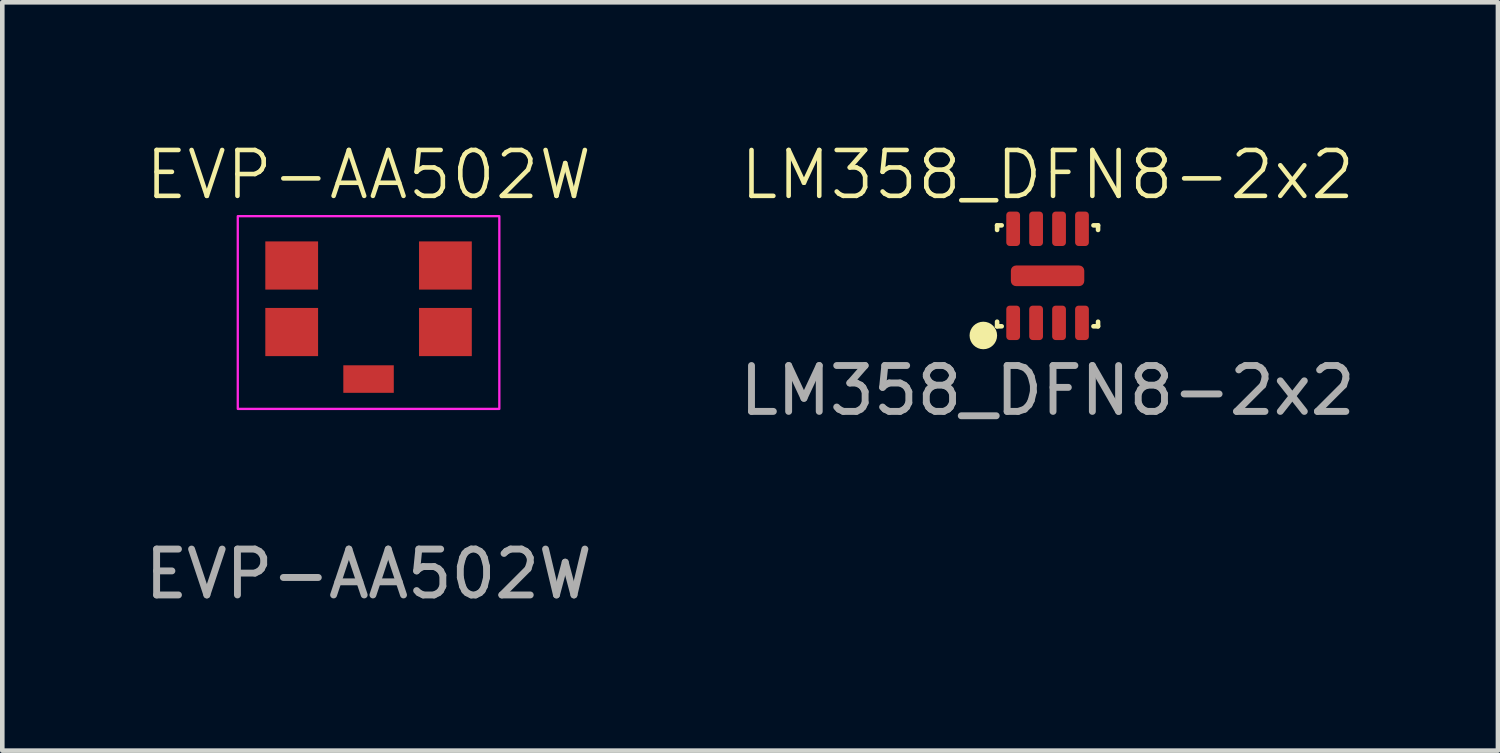
<source format=kicad_pcb>
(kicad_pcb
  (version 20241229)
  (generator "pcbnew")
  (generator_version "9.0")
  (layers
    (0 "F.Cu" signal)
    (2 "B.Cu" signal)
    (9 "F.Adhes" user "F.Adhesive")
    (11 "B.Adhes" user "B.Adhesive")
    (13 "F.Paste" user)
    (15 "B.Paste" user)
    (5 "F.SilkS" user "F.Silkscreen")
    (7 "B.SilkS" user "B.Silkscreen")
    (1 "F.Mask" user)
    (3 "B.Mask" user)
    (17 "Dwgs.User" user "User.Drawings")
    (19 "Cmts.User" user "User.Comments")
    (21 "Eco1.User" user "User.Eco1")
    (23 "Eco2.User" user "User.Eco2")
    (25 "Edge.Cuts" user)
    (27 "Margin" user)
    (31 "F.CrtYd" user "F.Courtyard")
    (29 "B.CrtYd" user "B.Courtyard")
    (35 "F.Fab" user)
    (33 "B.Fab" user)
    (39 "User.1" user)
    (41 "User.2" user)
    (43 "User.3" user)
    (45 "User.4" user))
  (footprint "LM358_DFN8-2x2"
    (layer "F.Cu")
    (at 19.78 2.961)
    (property "Reference" "LM358_DFN8-2x2" (at 0 -2.2 0) (unlocked yes) (layer "F.SilkS") (effects (font (size 1 1) (thickness 0.1))))
    (attr smd)
    (fp_line (start -1.1 -1.1) (end -1.1 -1) (stroke (width 0.1) (type default)) (layer "F.SilkS"))
    (fp_line (start -1.1 -1.1) (end -1 -1.1) (stroke (width 0.1) (type default)) (layer "F.SilkS"))
    (fp_line (start -1.1 1.1) (end -1.1 1) (stroke (width 0.1) (type default)) (layer "F.SilkS"))
    (fp_line (start -1.1 1.1) (end -1 1.1) (stroke (width 0.1) (type default)) (layer "F.SilkS"))
    (fp_line (start 1.1 -1.1) (end 1 -1.1) (stroke (width 0.1) (type default)) (layer "F.SilkS"))
    (fp_line (start 1.1 -1.1) (end 1.1 -1) (stroke (width 0.1) (type default)) (layer "F.SilkS"))
    (fp_line (start 1.1 1.1) (end 1 1.1) (stroke (width 0.1) (type default)) (layer "F.SilkS"))
    (fp_line (start 1.1 1.1) (end 1.1 1) (stroke (width 0.1) (type default)) (layer "F.SilkS"))
    (fp_circle (center -1.4 1.3) (end -1.4 1.3) (stroke (width 0.3) (type default)) (fill no) (layer "F.SilkS"))
    (fp_text user "${REFERENCE}" (at 0 2.5 0) (unlocked yes) (layer "F.Fab") (effects (font (size 1 1) (thickness 0.15))))
    (pad "1" smd roundrect (at -0.75 1.025) (size 0.3 0.75) (layers "F.Cu" "F.Mask" "F.Paste") (roundrect_rratio 0.25))
    (pad "2" smd roundrect (at -0.25 1.025) (size 0.3 0.75) (layers "F.Cu" "F.Mask" "F.Paste") (roundrect_rratio 0.25))
    (pad "3" smd roundrect (at 0.25 1.025) (size 0.3 0.75) (layers "F.Cu" "F.Mask" "F.Paste") (roundrect_rratio 0.25))
    (pad "4" smd roundrect (at 0.75 1.025) (size 0.3 0.75) (layers "F.Cu" "F.Mask" "F.Paste") (roundrect_rratio 0.25))
    (pad "5" smd roundrect (at 0.75 -1.025) (size 0.3 0.75) (layers "F.Cu" "F.Mask" "F.Paste") (roundrect_rratio 0.25))
    (pad "6" smd roundrect (at 0.25 -1.025) (size 0.3 0.75) (layers "F.Cu" "F.Mask" "F.Paste") (roundrect_rratio 0.25))
    (pad "7" smd roundrect (at -0.25 -1.025) (size 0.3 0.75) (layers "F.Cu" "F.Mask" "F.Paste") (roundrect_rratio 0.25))
    (pad "8" smd roundrect (at -0.75 -1.025) (size 0.3 0.75) (layers "F.Cu" "F.Mask" "F.Paste") (roundrect_rratio 0.25))
    (pad "9" smd roundrect (at 0 0) (size 1.6 0.45) (layers "F.Cu" "F.Mask" "F.Paste") (roundrect_rratio 0.25)))
  (footprint "EVP-AA502W"
    (layer "F.Cu")
    (at 4.982 3.461)
    (property "Reference" "EVP-AA502W" (at 0 -2.7 0) (unlocked yes) (layer "F.SilkS") (effects (font (size 1 1) (thickness 0.1))))
    (attr smd)
    (fp_rect (start -2.85 -1.8) (end 2.85 2.4) (stroke (width 0.05) (type default)) (fill no) (layer "F.CrtYd"))
    (fp_text user "${REFERENCE}" (at 0 6 0) (unlocked yes) (layer "F.Fab") (effects (font (size 1 1) (thickness 0.15))))
    (pad "1" smd rect (at -1.675 -0.725) (size 1.15 1.05) (layers "F.Cu" "F.Mask" "F.Paste"))
    (pad "2" smd rect (at -1.675 0.725) (size 1.15 1.05) (layers "F.Cu" "F.Mask" "F.Paste"))
    (pad "3" smd rect (at 1.675 -0.725) (size 1.15 1.05) (layers "F.Cu" "F.Mask" "F.Paste"))
    (pad "4" smd rect (at 1.675 0.725) (size 1.15 1.05) (layers "F.Cu" "F.Mask" "F.Paste"))
    (pad "5" smd rect (at 0 1.75) (size 1.1 0.6) (layers "F.Cu" "F.Mask" "F.Paste")))
  (gr_rect
    (start -3 -3)
    (end 29.595 13.309)
    (stroke (width 0.1) (type default))
    (fill no)
    (layer "Edge.Cuts")))
</source>
